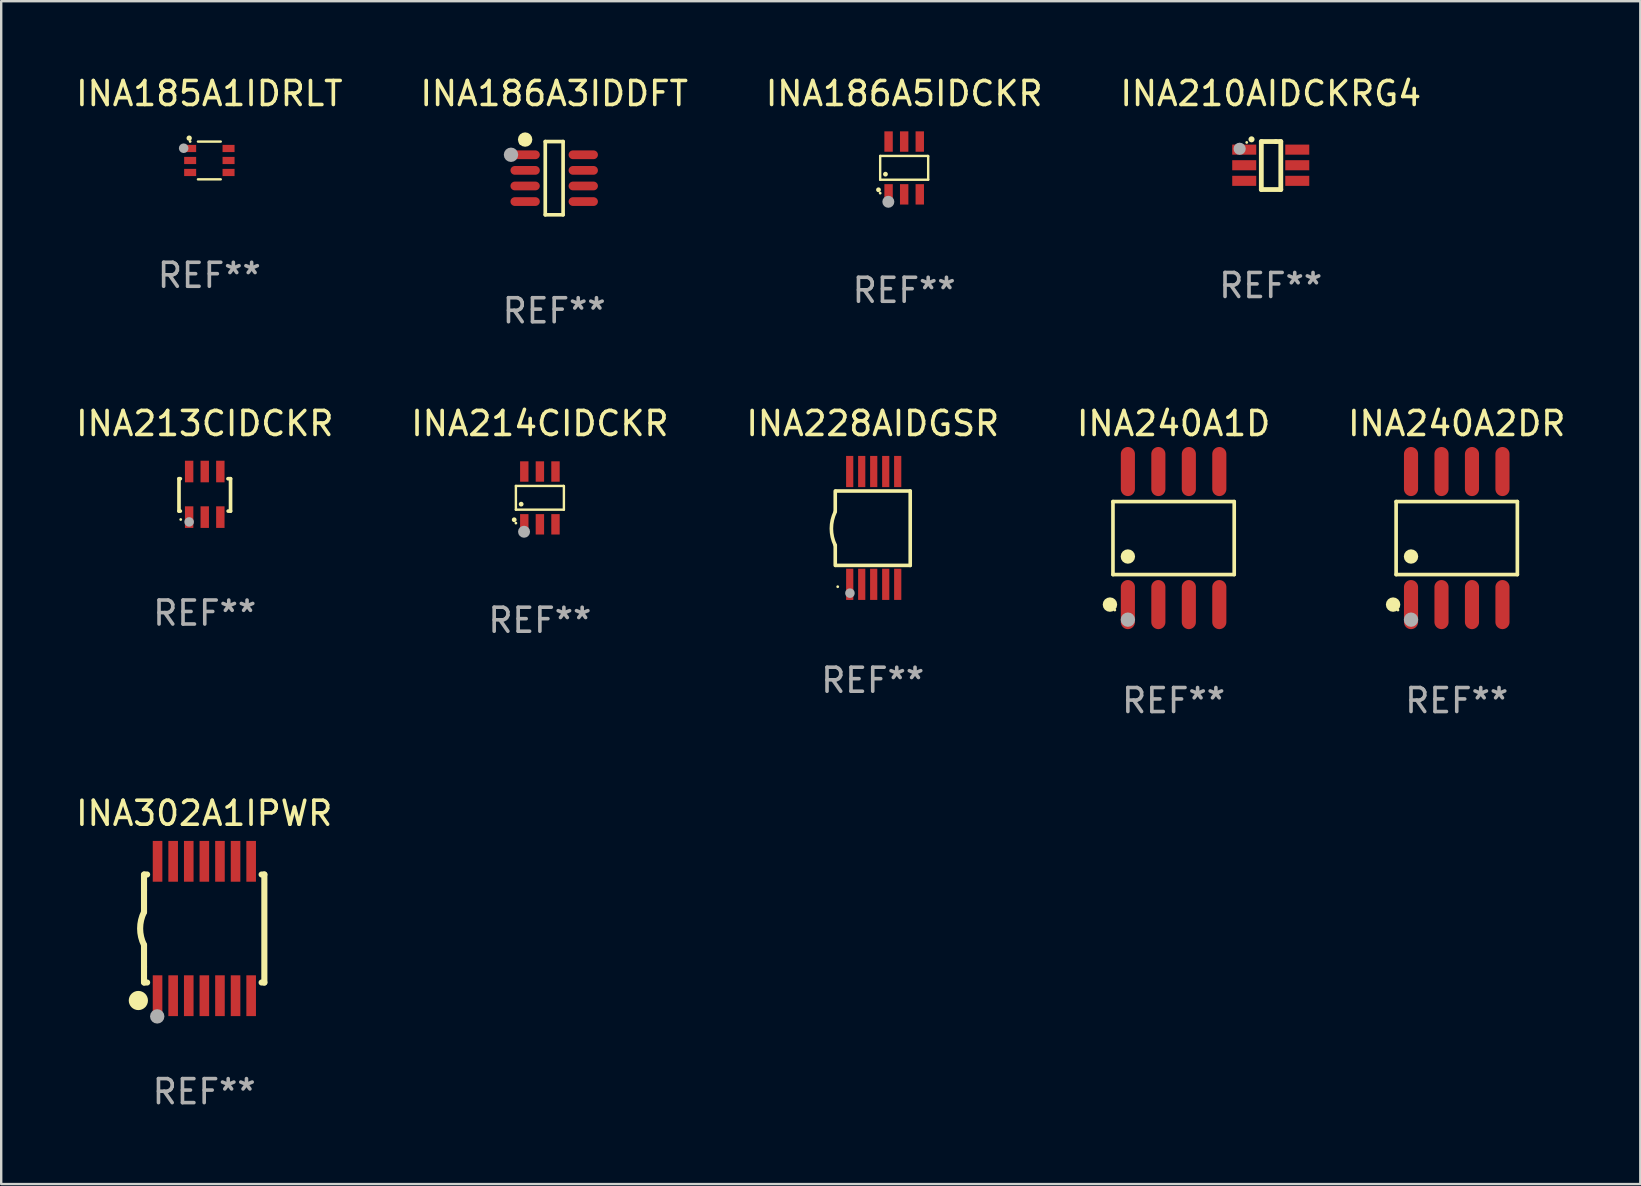
<source format=kicad_pcb>
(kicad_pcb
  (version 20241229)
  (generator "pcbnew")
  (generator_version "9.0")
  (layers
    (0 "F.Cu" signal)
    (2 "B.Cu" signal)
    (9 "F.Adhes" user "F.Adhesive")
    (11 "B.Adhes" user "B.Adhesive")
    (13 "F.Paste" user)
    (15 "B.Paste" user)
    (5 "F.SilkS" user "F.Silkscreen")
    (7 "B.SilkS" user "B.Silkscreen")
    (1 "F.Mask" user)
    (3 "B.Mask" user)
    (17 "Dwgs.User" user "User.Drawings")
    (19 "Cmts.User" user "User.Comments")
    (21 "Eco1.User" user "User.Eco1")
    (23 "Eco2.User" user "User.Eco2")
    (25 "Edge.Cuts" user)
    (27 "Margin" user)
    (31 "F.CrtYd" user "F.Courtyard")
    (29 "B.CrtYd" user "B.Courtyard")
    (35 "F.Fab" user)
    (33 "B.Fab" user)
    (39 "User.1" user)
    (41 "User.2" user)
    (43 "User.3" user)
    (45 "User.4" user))
  (footprint "INA214CIDCKR"
    (layer "F.Cu")
    (at 19.446 17.697)
    (property "Reference" "INA214CIDCKR" (at 0 -3.1 0) (layer "F.SilkS") (effects (font (size 1 1) (thickness 0.15))))
    (attr through_hole)
    (fp_line (start -1 -0.5) (end -1 0.49) (stroke (width 0.1) (type solid)) (layer "F.SilkS"))
    (fp_line (start -1 0.49) (end 1 0.49) (stroke (width 0.1) (type solid)) (layer "F.SilkS"))
    (fp_line (start 0.99 -0.5) (end -1 -0.5) (stroke (width 0.1) (type solid)) (layer "F.SilkS"))
    (fp_line (start 1 -0.49) (end 0.99 -0.5) (stroke (width 0.1) (type solid)) (layer "F.SilkS"))
    (fp_line (start 1 0.49) (end 1 -0.49) (stroke (width 0.1) (type solid)) (layer "F.SilkS"))
    (fp_circle (center -1.07 0.91) (end -1.02 0.91) (stroke (width 0.1) (type solid)) (fill no) (layer "F.SilkS"))
    (fp_circle (center -1 1.05) (end -0.97 1.05) (stroke (width 0.06) (type solid)) (fill no) (layer "F.SilkS"))
    (fp_circle (center -0.78 0.26) (end -0.73 0.26) (stroke (width 0.1) (type solid)) (fill no) (layer "F.SilkS"))
    (fp_circle (center -0.66 1.41) (end -0.535 1.41) (stroke (width 0.25) (type solid)) (fill no) (layer "F.Fab"))
    (fp_text user "REF**" (at 0 5.1 0) (layer "F.Fab") (effects (font (size 1 1) (thickness 0.15))))
    (pad "1" smd rect (at -0.65 1.1) (size 0.35 0.85) (layers "F.Cu" "F.Mask" "F.Paste"))
    (pad "2" smd rect (at 0 1.1) (size 0.35 0.85) (layers "F.Cu" "F.Mask" "F.Paste"))
    (pad "3" smd rect (at 0.65 1.1) (size 0.35 0.85) (layers "F.Cu" "F.Mask" "F.Paste"))
    (pad "4" smd rect (at 0.65 -1.1) (size 0.35 0.85) (layers "F.Cu" "F.Mask" "F.Paste"))
    (pad "5" smd rect (at 0 -1.1) (size 0.35 0.85) (layers "F.Cu" "F.Mask" "F.Paste"))
    (pad "6" smd rect (at -0.65 -1.1) (size 0.35 0.85) (layers "F.Cu" "F.Mask" "F.Paste")))
  (footprint "INA186A5IDCKR"
    (layer "F.Cu")
    (at 34.625 3.948)
    (property "Reference" "INA186A5IDCKR" (at 0 -3.1 0) (layer "F.SilkS") (effects (font (size 1 1) (thickness 0.15))))
    (attr through_hole)
    (fp_line (start -1 -0.5) (end -1 0.49) (stroke (width 0.1) (type solid)) (layer "F.SilkS"))
    (fp_line (start -1 0.49) (end 1 0.49) (stroke (width 0.1) (type solid)) (layer "F.SilkS"))
    (fp_line (start 0.99 -0.5) (end -1 -0.5) (stroke (width 0.1) (type solid)) (layer "F.SilkS"))
    (fp_line (start 1 -0.49) (end 0.99 -0.5) (stroke (width 0.1) (type solid)) (layer "F.SilkS"))
    (fp_line (start 1 0.49) (end 1 -0.49) (stroke (width 0.1) (type solid)) (layer "F.SilkS"))
    (fp_circle (center -1.07 0.91) (end -1.02 0.91) (stroke (width 0.1) (type solid)) (fill no) (layer "F.SilkS"))
    (fp_circle (center -1 1.05) (end -0.97 1.05) (stroke (width 0.06) (type solid)) (fill no) (layer "F.SilkS"))
    (fp_circle (center -0.78 0.26) (end -0.73 0.26) (stroke (width 0.1) (type solid)) (fill no) (layer "F.SilkS"))
    (fp_circle (center -0.66 1.41) (end -0.535 1.41) (stroke (width 0.25) (type solid)) (fill no) (layer "F.Fab"))
    (fp_text user "REF**" (at 0 5.1 0) (layer "F.Fab") (effects (font (size 1 1) (thickness 0.15))))
    (pad "1" smd rect (at -0.65 1.1) (size 0.35 0.85) (layers "F.Cu" "F.Mask" "F.Paste"))
    (pad "2" smd rect (at 0 1.1) (size 0.35 0.85) (layers "F.Cu" "F.Mask" "F.Paste"))
    (pad "3" smd rect (at 0.65 1.1) (size 0.35 0.85) (layers "F.Cu" "F.Mask" "F.Paste"))
    (pad "4" smd rect (at 0.65 -1.1) (size 0.35 0.85) (layers "F.Cu" "F.Mask" "F.Paste"))
    (pad "5" smd rect (at 0 -1.1) (size 0.35 0.85) (layers "F.Cu" "F.Mask" "F.Paste"))
    (pad "6" smd rect (at -0.65 -1.1) (size 0.35 0.85) (layers "F.Cu" "F.Mask" "F.Paste")))
  (footprint "INA228AIDGSR"
    (layer "F.Cu")
    (at 33.315 18.947)
    (property "Reference" "INA228AIDGSR" (at 0 -4.35 0) (layer "F.SilkS") (effects (font (size 1 1) (thickness 0.15))))
    (attr through_hole)
    (fp_line (start -1.562 -1.537) (end -1.562 -0.698) (stroke (width 0.15) (type solid)) (layer "F.SilkS"))
    (fp_line (start -1.562 0.724) (end -1.562 1.562) (stroke (width 0.15) (type solid)) (layer "F.SilkS"))
    (fp_line (start -1.538 -1.537) (end 1.562 -1.537) (stroke (width 0.15) (type solid)) (layer "F.SilkS"))
    (fp_line (start -1.538 1.562) (end 1.562 1.562) (stroke (width 0.15) (type solid)) (layer "F.SilkS"))
    (fp_line (start 1.562 1.564) (end 1.562 -1.537) (stroke (width 0.15) (type solid)) (layer "F.SilkS"))
    (fp_arc (start -1.562103 0.724079) (mid -1.723579 0.025578) (end -1.562103 -0.672924) (stroke (width 0.150013) (type solid)) (layer "F.SilkS"))
    (fp_circle (center -1.459 2.45) (end -1.429 2.45) (stroke (width 0.06) (type solid)) (fill no) (layer "F.SilkS"))
    (fp_circle (center -0.95 2.718) (end -0.85 2.718) (stroke (width 0.2) (type solid)) (fill no) (layer "F.Fab"))
    (fp_text user "REF**" (at 0 6.35 0) (layer "F.Fab") (effects (font (size 1 1) (thickness 0.15))))
    (pad "1" smd rect (at -0.959 2.35) (size 0.3 1.3) (layers "F.Cu" "F.Mask" "F.Paste"))
    (pad "2" smd rect (at -0.459 2.35) (size 0.3 1.3) (layers "F.Cu" "F.Mask" "F.Paste"))
    (pad "3" smd rect (at 0.04 2.35) (size 0.3 1.3) (layers "F.Cu" "F.Mask" "F.Paste"))
    (pad "4" smd rect (at 0.541 2.35) (size 0.3 1.3) (layers "F.Cu" "F.Mask" "F.Paste"))
    (pad "5" smd rect (at 1.041 2.35) (size 0.3 1.3) (layers "F.Cu" "F.Mask" "F.Paste"))
    (pad "6" smd rect (at 1.04 -2.35) (size 0.3 1.3) (layers "F.Cu" "F.Mask" "F.Paste"))
    (pad "7" smd rect (at 0.541 -2.35) (size 0.3 1.3) (layers "F.Cu" "F.Mask" "F.Paste"))
    (pad "8" smd rect (at 0.041 -2.35) (size 0.3 1.3) (layers "F.Cu" "F.Mask" "F.Paste"))
    (pad "9" smd rect (at -0.459 -2.35) (size 0.3 1.3) (layers "F.Cu" "F.Mask" "F.Paste"))
    (pad "10" smd rect (at -0.96 -2.35) (size 0.3 1.3) (layers "F.Cu" "F.Mask" "F.Paste")))
  (footprint "INA210AIDCKRG4"
    (layer "F.Cu")
    (at 49.899 3.848)
    (property "Reference" "INA210AIDCKRG4" (at 0 -3 0) (layer "F.SilkS") (effects (font (size 1 1) (thickness 0.15))))
    (attr through_hole)
    (fp_line (start -0.393 -1) (end -0.393 1) (stroke (width 0.2) (type solid)) (layer "F.SilkS"))
    (fp_line (start -0.393 1) (end 0.419 1) (stroke (width 0.2) (type solid)) (layer "F.SilkS"))
    (fp_line (start 0.213 -1) (end -0.393 -1) (stroke (width 0.2) (type solid)) (layer "F.SilkS"))
    (fp_line (start 0.419 -1) (end 0.213 -1) (stroke (width 0.2) (type solid)) (layer "F.SilkS"))
    (fp_line (start 0.419 1) (end 0.419 -1) (stroke (width 0.2) (type solid)) (layer "F.SilkS"))
    (fp_arc (start -0.802413 -1.092202) (mid -0.801143 -1.092209) (end -0.799873 -1.092202) (stroke (width 0.25) (type solid)) (layer "F.SilkS"))
    (fp_circle (center -1 -0.963) (end -0.97 -0.963) (stroke (width 0.06) (type solid)) (fill no) (layer "F.SilkS"))
    (fp_circle (center -1.295 -0.699) (end -1.168 -0.699) (stroke (width 0.254) (type solid)) (fill no) (layer "F.Fab"))
    (fp_text user "REF**" (at 0 5 0) (layer "F.Fab") (effects (font (size 1 1) (thickness 0.15))))
    (pad "1" smd rect (at -1.105 -0.663 270) (size 0.42 1) (layers "F.Cu" "F.Mask" "F.Paste"))
    (pad "2" smd rect (at -1.105 -0.013 270) (size 0.42 1) (layers "F.Cu" "F.Mask" "F.Paste"))
    (pad "3" smd rect (at -1.105 0.637 270) (size 0.42 1) (layers "F.Cu" "F.Mask" "F.Paste"))
    (pad "4" smd rect (at 1.105 0.637 90) (size 0.42 1) (layers "F.Cu" "F.Mask" "F.Paste"))
    (pad "5" smd rect (at 1.105 -0.013 90) (size 0.42 1) (layers "F.Cu" "F.Mask" "F.Paste"))
    (pad "6" smd rect (at 1.105 -0.663 90) (size 0.42 1) (layers "F.Cu" "F.Mask" "F.Paste")))
  (footprint "INA302A1IPWR"
    (layer "F.Cu")
    (at 5.458 35.639)
    (property "Reference" "INA302A1IPWR" (at 0 -4.8 0) (layer "F.SilkS") (effects (font (size 1 1) (thickness 0.15))))
    (attr through_hole)
    (fp_line (start -2.507 -1.6) (end -2.507 -2.25) (stroke (width 0.254) (type solid)) (layer "F.SilkS"))
    (fp_line (start -2.507 -0.686) (end -2.507 -1.6) (stroke (width 0.254) (type solid)) (layer "F.SilkS"))
    (fp_line (start -2.507 1.6) (end -2.507 0.686) (stroke (width 0.254) (type solid)) (layer "F.SilkS"))
    (fp_line (start -2.507 1.6) (end -2.507 2.25) (stroke (width 0.254) (type solid)) (layer "F.SilkS"))
    (fp_line (start -2.493 -2.25) (end -2.377 -2.25) (stroke (width 0.254) (type solid)) (layer "F.SilkS"))
    (fp_line (start -2.377 2.25) (end -2.493 2.25) (stroke (width 0.254) (type solid)) (layer "F.SilkS"))
    (fp_line (start 2.392 -2.25) (end 2.507 -2.25) (stroke (width 0.254) (type solid)) (layer "F.SilkS"))
    (fp_line (start 2.507 -2.25) (end 2.507 2.25) (stroke (width 0.254) (type solid)) (layer "F.SilkS"))
    (fp_line (start 2.507 2.25) (end 2.392 2.25) (stroke (width 0.254) (type solid)) (layer "F.SilkS"))
    (fp_arc (start -2.507303 0.685802) (mid -2.669199 0) (end -2.507303 -0.685801) (stroke (width 0.254001) (type solid)) (layer "F.SilkS"))
    (fp_circle (center -2.743 3) (end -2.543 3) (stroke (width 0.4) (type solid)) (fill no) (layer "F.SilkS"))
    (fp_circle (center -2.493 3.2) (end -2.463 3.2) (stroke (width 0.06) (type solid)) (fill no) (layer "F.SilkS"))
    (fp_circle (center -1.957 3.662) (end -1.807 3.662) (stroke (width 0.3) (type solid)) (fill no) (layer "F.Fab"))
    (fp_text user "REF**" (at 0 6.8 0) (layer "F.Fab") (effects (font (size 1 1) (thickness 0.15))))
    (pad "1" smd rect (at -1.943 2.8) (size 0.4 1.7) (layers "F.Cu" "F.Mask" "F.Paste"))
    (pad "2" smd rect (at -1.293 2.8) (size 0.4 1.7) (layers "F.Cu" "F.Mask" "F.Paste"))
    (pad "3" smd rect (at -0.643 2.8) (size 0.4 1.7) (layers "F.Cu" "F.Mask" "F.Paste"))
    (pad "4" smd rect (at 0.007 2.8) (size 0.4 1.7) (layers "F.Cu" "F.Mask" "F.Paste"))
    (pad "5" smd rect (at 0.657 2.8) (size 0.4 1.7) (layers "F.Cu" "F.Mask" "F.Paste"))
    (pad "6" smd rect (at 1.307 2.8) (size 0.4 1.7) (layers "F.Cu" "F.Mask" "F.Paste"))
    (pad "7" smd rect (at 1.957 2.8) (size 0.4 1.7) (layers "F.Cu" "F.Mask" "F.Paste"))
    (pad "8" smd rect (at 1.957 -2.8) (size 0.4 1.7) (layers "F.Cu" "F.Mask" "F.Paste"))
    (pad "9" smd rect (at 1.307 -2.8) (size 0.4 1.7) (layers "F.Cu" "F.Mask" "F.Paste"))
    (pad "10" smd rect (at 0.657 -2.8) (size 0.4 1.7) (layers "F.Cu" "F.Mask" "F.Paste"))
    (pad "11" smd rect (at 0.007 -2.8) (size 0.4 1.7) (layers "F.Cu" "F.Mask" "F.Paste"))
    (pad "12" smd rect (at -0.643 -2.8) (size 0.4 1.7) (layers "F.Cu" "F.Mask" "F.Paste"))
    (pad "13" smd rect (at -1.293 -2.8) (size 0.4 1.7) (layers "F.Cu" "F.Mask" "F.Paste"))
    (pad "14" smd rect (at -1.943 -2.8) (size 0.4 1.7) (layers "F.Cu" "F.Mask" "F.Paste")))
  (footprint "INA185A1IDRLT"
    (layer "F.Cu")
    (at 5.673 3.636)
    (property "Reference" "INA185A1IDRLT" (at 0 -2.787 0) (layer "F.SilkS") (effects (font (size 1 1) (thickness 0.15))))
    (attr through_hole)
    (fp_line (start 0.475 -0.787) (end -0.475 -0.787) (stroke (width 0.1) (type solid)) (layer "F.SilkS"))
    (fp_line (start 0.475 0.787) (end -0.475 0.787) (stroke (width 0.1) (type solid)) (layer "F.SilkS"))
    (fp_circle (center -0.84 -0.93) (end -0.78 -0.93) (stroke (width 0.102) (type solid)) (fill no) (layer "F.SilkS"))
    (fp_circle (center -0.8 -0.79) (end -0.77 -0.79) (stroke (width 0.06) (type solid)) (fill no) (layer "F.SilkS"))
    (fp_circle (center -1.07 -0.51) (end -0.97 -0.51) (stroke (width 0.2) (type solid)) (fill no) (layer "F.Fab"))
    (fp_text user "REF**" (at 0 4.787 0) (layer "F.Fab") (effects (font (size 1 1) (thickness 0.15))))
    (pad "1" smd rect (at -0.8 -0.499 270) (size 0.3 0.5) (layers "F.Cu" "F.Mask" "F.Paste"))
    (pad "2" smd rect (at -0.8 0.001 270) (size 0.3 0.5) (layers "F.Cu" "F.Mask" "F.Paste"))
    (pad "3" smd rect (at -0.8 0.501 270) (size 0.3 0.5) (layers "F.Cu" "F.Mask" "F.Paste"))
    (pad "4" smd rect (at 0.8 0.501 270) (size 0.3 0.5) (layers "F.Cu" "F.Mask" "F.Paste"))
    (pad "5" smd rect (at 0.8 0.001 270) (size 0.3 0.5) (layers "F.Cu" "F.Mask" "F.Paste"))
    (pad "6" smd rect (at 0.8 -0.499 270) (size 0.3 0.5) (layers "F.Cu" "F.Mask" "F.Paste")))
  (footprint "INA186A3IDDFT"
    (layer "F.Cu")
    (at 20.042 4.374)
    (property "Reference" "INA186A3IDDFT" (at 0 -3.526 0) (layer "F.SilkS") (effects (font (size 1 1) (thickness 0.15))))
    (attr through_hole)
    (fp_line (start -0.372 -1.526) (end 0.371 -1.526) (stroke (width 0.152) (type solid)) (layer "F.SilkS"))
    (fp_line (start -0.372 1.526) (end -0.372 -1.526) (stroke (width 0.152) (type solid)) (layer "F.SilkS"))
    (fp_line (start 0.371 -1.526) (end 0.371 1.526) (stroke (width 0.152) (type solid)) (layer "F.SilkS"))
    (fp_line (start 0.371 1.526) (end -0.372 1.526) (stroke (width 0.152) (type solid)) (layer "F.SilkS"))
    (fp_circle (center -1.4 -1.45) (end -1.37 -1.45) (stroke (width 0.06) (type solid)) (fill no) (layer "F.SilkS"))
    (fp_circle (center -1.211 -1.609) (end -1.061 -1.609) (stroke (width 0.3) (type solid)) (fill no) (layer "F.SilkS"))
    (fp_circle (center -1.8 -0.975) (end -1.65 -0.975) (stroke (width 0.3) (type solid)) (fill no) (layer "F.Fab"))
    (fp_text user "REF**" (at 0 5.526 0) (layer "F.Fab") (effects (font (size 1 1) (thickness 0.15))))
    (pad "1" smd oval (at -1.211 -0.975 270) (size 0.364 1.222) (layers "F.Cu" "F.Mask" "F.Paste"))
    (pad "2" smd oval (at -1.211 -0.325 270) (size 0.364 1.222) (layers "F.Cu" "F.Mask" "F.Paste"))
    (pad "3" smd oval (at -1.211 0.325 270) (size 0.364 1.222) (layers "F.Cu" "F.Mask" "F.Paste"))
    (pad "4" smd oval (at -1.211 0.975 270) (size 0.364 1.222) (layers "F.Cu" "F.Mask" "F.Paste"))
    (pad "5" smd oval (at 1.211 0.975 270) (size 0.364 1.222) (layers "F.Cu" "F.Mask" "F.Paste"))
    (pad "6" smd oval (at 1.211 0.325 270) (size 0.364 1.222) (layers "F.Cu" "F.Mask" "F.Paste"))
    (pad "7" smd oval (at 1.211 -0.325 270) (size 0.364 1.222) (layers "F.Cu" "F.Mask" "F.Paste"))
    (pad "8" smd oval (at 1.211 -0.975 270) (size 0.364 1.222) (layers "F.Cu" "F.Mask" "F.Paste")))
  (footprint "INA240A2DR"
    (layer "F.Cu")
    (at 57.649 19.37)
    (property "Reference" "INA240A2DR" (at 0 -4.772 0) (layer "F.SilkS") (effects (font (size 1 1) (thickness 0.15))))
    (attr through_hole)
    (fp_line (start -2.526 -1.521) (end 2.526 -1.521) (stroke (width 0.152) (type solid)) (layer "F.SilkS"))
    (fp_line (start -2.526 1.521) (end -2.526 -1.521) (stroke (width 0.152) (type solid)) (layer "F.SilkS"))
    (fp_line (start 2.526 -1.521) (end 2.526 1.521) (stroke (width 0.152) (type solid)) (layer "F.SilkS"))
    (fp_line (start 2.526 1.521) (end -2.526 1.521) (stroke (width 0.152) (type solid)) (layer "F.SilkS"))
    (fp_circle (center -2.652 2.772) (end -2.501 2.772) (stroke (width 0.3) (type solid)) (fill no) (layer "F.SilkS"))
    (fp_circle (center -2.45 3) (end -2.42 3) (stroke (width 0.06) (type solid)) (fill no) (layer "F.SilkS"))
    (fp_circle (center -1.905 0.769) (end -1.755 0.769) (stroke (width 0.3) (type solid)) (fill no) (layer "F.SilkS"))
    (fp_circle (center -1.905 3.4) (end -1.755 3.4) (stroke (width 0.3) (type solid)) (fill no) (layer "F.Fab"))
    (fp_text user "REF**" (at 0 6.772 0) (layer "F.Fab") (effects (font (size 1 1) (thickness 0.15))))
    (pad "1" smd oval (at -1.905 2.772) (size 0.588 2.045) (layers "F.Cu" "F.Mask" "F.Paste"))
    (pad "2" smd oval (at -0.635 2.772) (size 0.588 2.045) (layers "F.Cu" "F.Mask" "F.Paste"))
    (pad "3" smd oval (at 0.635 2.772) (size 0.588 2.045) (layers "F.Cu" "F.Mask" "F.Paste"))
    (pad "4" smd oval (at 1.905 2.772) (size 0.588 2.045) (layers "F.Cu" "F.Mask" "F.Paste"))
    (pad "5" smd oval (at 1.905 -2.772) (size 0.588 2.045) (layers "F.Cu" "F.Mask" "F.Paste"))
    (pad "6" smd oval (at 0.635 -2.772) (size 0.588 2.045) (layers "F.Cu" "F.Mask" "F.Paste"))
    (pad "7" smd oval (at -0.635 -2.772) (size 0.588 2.045) (layers "F.Cu" "F.Mask" "F.Paste"))
    (pad "8" smd oval (at -1.905 -2.772) (size 0.588 2.045) (layers "F.Cu" "F.Mask" "F.Paste")))
  (footprint "INA213CIDCKR"
    (layer "F.Cu")
    (at 5.482 17.547)
    (property "Reference" "INA213CIDCKR" (at 0 -2.95 0) (layer "F.SilkS") (effects (font (size 1 1) (thickness 0.15))))
    (attr through_hole)
    (fp_line (start -1.074 -0.65) (end -1.074 0.7) (stroke (width 0.152) (type solid)) (layer "F.SilkS"))
    (fp_line (start -1.074 0.7) (end -1.017 0.7) (stroke (width 0.152) (type solid)) (layer "F.SilkS"))
    (fp_line (start -1.017 -0.65) (end -1.074 -0.65) (stroke (width 0.152) (type solid)) (layer "F.SilkS"))
    (fp_line (start 0.967 -0.65) (end 1.074 -0.65) (stroke (width 0.152) (type solid)) (layer "F.SilkS"))
    (fp_line (start 1.074 -0.65) (end 1.074 0.7) (stroke (width 0.152) (type solid)) (layer "F.SilkS"))
    (fp_line (start 1.074 0.7) (end 0.974 0.7) (stroke (width 0.152) (type solid)) (layer "F.SilkS"))
    (fp_circle (center -1.001 1.05) (end -0.971 1.05) (stroke (width 0.06) (type solid)) (fill no) (layer "F.SilkS"))
    (fp_circle (center -0.651 1.15) (end -0.551 1.15) (stroke (width 0.2) (type solid)) (fill no) (layer "F.Fab"))
    (fp_text user "REF**" (at 0 4.95 0) (layer "F.Fab") (effects (font (size 1 1) (thickness 0.15))))
    (pad "1" smd rect (at -0.651 0.95 180) (size 0.35 0.9) (layers "F.Cu" "F.Mask" "F.Paste"))
    (pad "2" smd rect (at -0.001 0.95 180) (size 0.35 0.9) (layers "F.Cu" "F.Mask" "F.Paste"))
    (pad "3" smd rect (at 0.649 0.95 180) (size 0.35 0.9) (layers "F.Cu" "F.Mask" "F.Paste"))
    (pad "4" smd rect (at 0.649 -0.95) (size 0.35 0.9) (layers "F.Cu" "F.Mask" "F.Paste"))
    (pad "5" smd rect (at -0.001 -0.95) (size 0.35 0.9) (layers "F.Cu" "F.Mask" "F.Paste"))
    (pad "6" smd rect (at -0.651 -0.95) (size 0.35 0.9) (layers "F.Cu" "F.Mask" "F.Paste")))
  (footprint "INA240A1D"
    (layer "F.Cu")
    (at 45.851 19.37)
    (property "Reference" "INA240A1D" (at 0 -4.772 0) (layer "F.SilkS") (effects (font (size 1 1) (thickness 0.15))))
    (attr through_hole)
    (fp_line (start -2.526 -1.521) (end 2.526 -1.521) (stroke (width 0.152) (type solid)) (layer "F.SilkS"))
    (fp_line (start -2.526 1.521) (end -2.526 -1.521) (stroke (width 0.152) (type solid)) (layer "F.SilkS"))
    (fp_line (start 2.526 -1.521) (end 2.526 1.521) (stroke (width 0.152) (type solid)) (layer "F.SilkS"))
    (fp_line (start 2.526 1.521) (end -2.526 1.521) (stroke (width 0.152) (type solid)) (layer "F.SilkS"))
    (fp_circle (center -2.652 2.772) (end -2.501 2.772) (stroke (width 0.3) (type solid)) (fill no) (layer "F.SilkS"))
    (fp_circle (center -2.45 3) (end -2.42 3) (stroke (width 0.06) (type solid)) (fill no) (layer "F.SilkS"))
    (fp_circle (center -1.905 0.769) (end -1.755 0.769) (stroke (width 0.3) (type solid)) (fill no) (layer "F.SilkS"))
    (fp_circle (center -1.905 3.4) (end -1.755 3.4) (stroke (width 0.3) (type solid)) (fill no) (layer "F.Fab"))
    (fp_text user "REF**" (at 0 6.772 0) (layer "F.Fab") (effects (font (size 1 1) (thickness 0.15))))
    (pad "1" smd oval (at -1.905 2.772) (size 0.588 2.045) (layers "F.Cu" "F.Mask" "F.Paste"))
    (pad "2" smd oval (at -0.635 2.772) (size 0.588 2.045) (layers "F.Cu" "F.Mask" "F.Paste"))
    (pad "3" smd oval (at 0.635 2.772) (size 0.588 2.045) (layers "F.Cu" "F.Mask" "F.Paste"))
    (pad "4" smd oval (at 1.905 2.772) (size 0.588 2.045) (layers "F.Cu" "F.Mask" "F.Paste"))
    (pad "5" smd oval (at 1.905 -2.772) (size 0.588 2.045) (layers "F.Cu" "F.Mask" "F.Paste"))
    (pad "6" smd oval (at 0.635 -2.772) (size 0.588 2.045) (layers "F.Cu" "F.Mask" "F.Paste"))
    (pad "7" smd oval (at -0.635 -2.772) (size 0.588 2.045) (layers "F.Cu" "F.Mask" "F.Paste"))
    (pad "8" smd oval (at -1.905 -2.772) (size 0.588 2.045) (layers "F.Cu" "F.Mask" "F.Paste")))
  (gr_rect
    (start -3 -3)
    (end 65.298 46.287)
    (stroke (width 0.1) (type default))
    (fill no)
    (layer "Edge.Cuts")))
</source>
